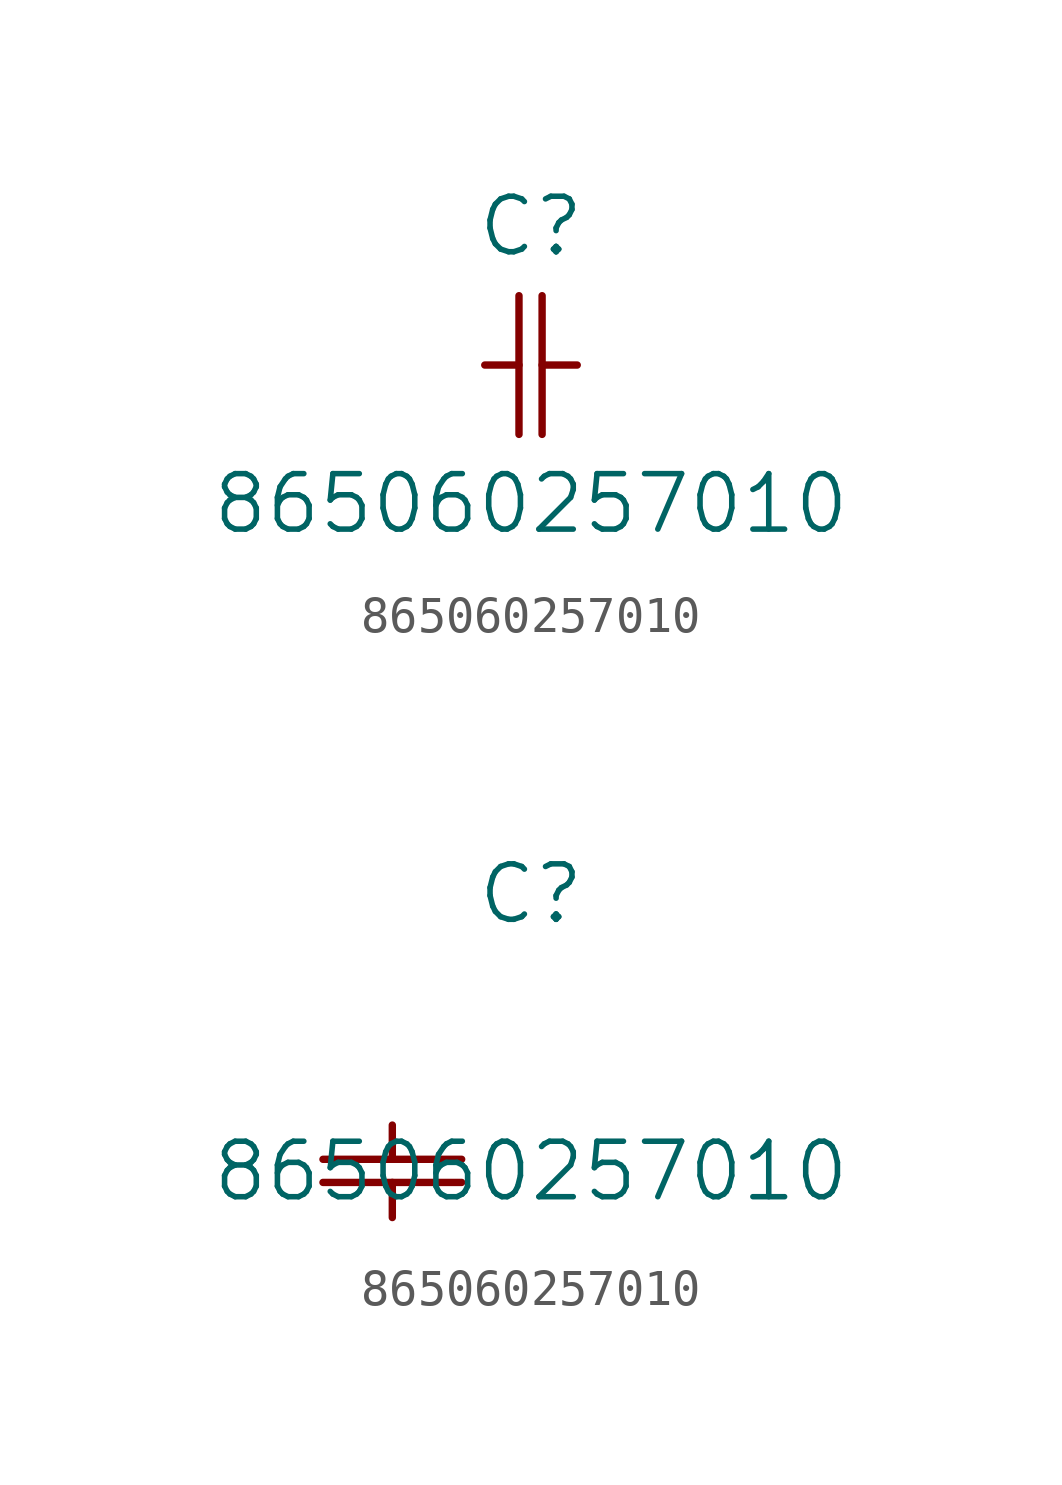
<source format=kicad_sym>
(kicad_symbol_lib
  (version 20211014)
  (generator kicad_symbol_editor)
  (symbol "865060257010"
    (pin_names
      (offset 0.254))
    (property "Reference" "C"
      (at 3.81 3.81 0)
      (effects (font (size 1.524 1.524))))
    (property "Value" "865060257010"
      (at 3.81 -3.81 0)
      (effects (font (size 1.524 1.524))))
    (symbol "865060257010_1_1"
      (polyline (pts (xy 3.48 -1.905) (xy 3.48 1.905)) (stroke (width .2032) (type default) (color 0 0 0 0)) (fill (type none)))
      (polyline (pts (xy 4.115 -1.905) (xy 4.115 1.905)) (stroke (width .2032) (type default) (color 0 0 0 0)) (fill (type none)))
      (polyline (pts (xy 4.115 0) (xy 5.08 0)) (stroke (width .2032) (type default) (color 0 0 0 0)) (fill (type none)))
      (polyline (pts (xy 2.54 0) (xy 3.48 0)) (stroke (width .2032) (type default) (color 0 0 0 0)) (fill (type none))))
    (symbol "865060257010_1_2"
      (polyline (pts (xy -1.905 -3.48) (xy 1.905 -3.48)) (stroke (width .2032) (type default) (color 0 0 0 0)) (fill (type none)))
      (polyline (pts (xy -1.905 -4.115) (xy 1.905 -4.115)) (stroke (width .2032) (type default) (color 0 0 0 0)) (fill (type none)))
      (polyline (pts (xy 0 -4.115) (xy 0 -5.08)) (stroke (width .2032) (type default) (color 0 0 0 0)) (fill (type none)))
      (polyline (pts (xy 0 -2.54) (xy 0 -3.48)) (stroke (width .2032) (type default) (color 0 0 0 0)) (fill (type none))))))
</source>
